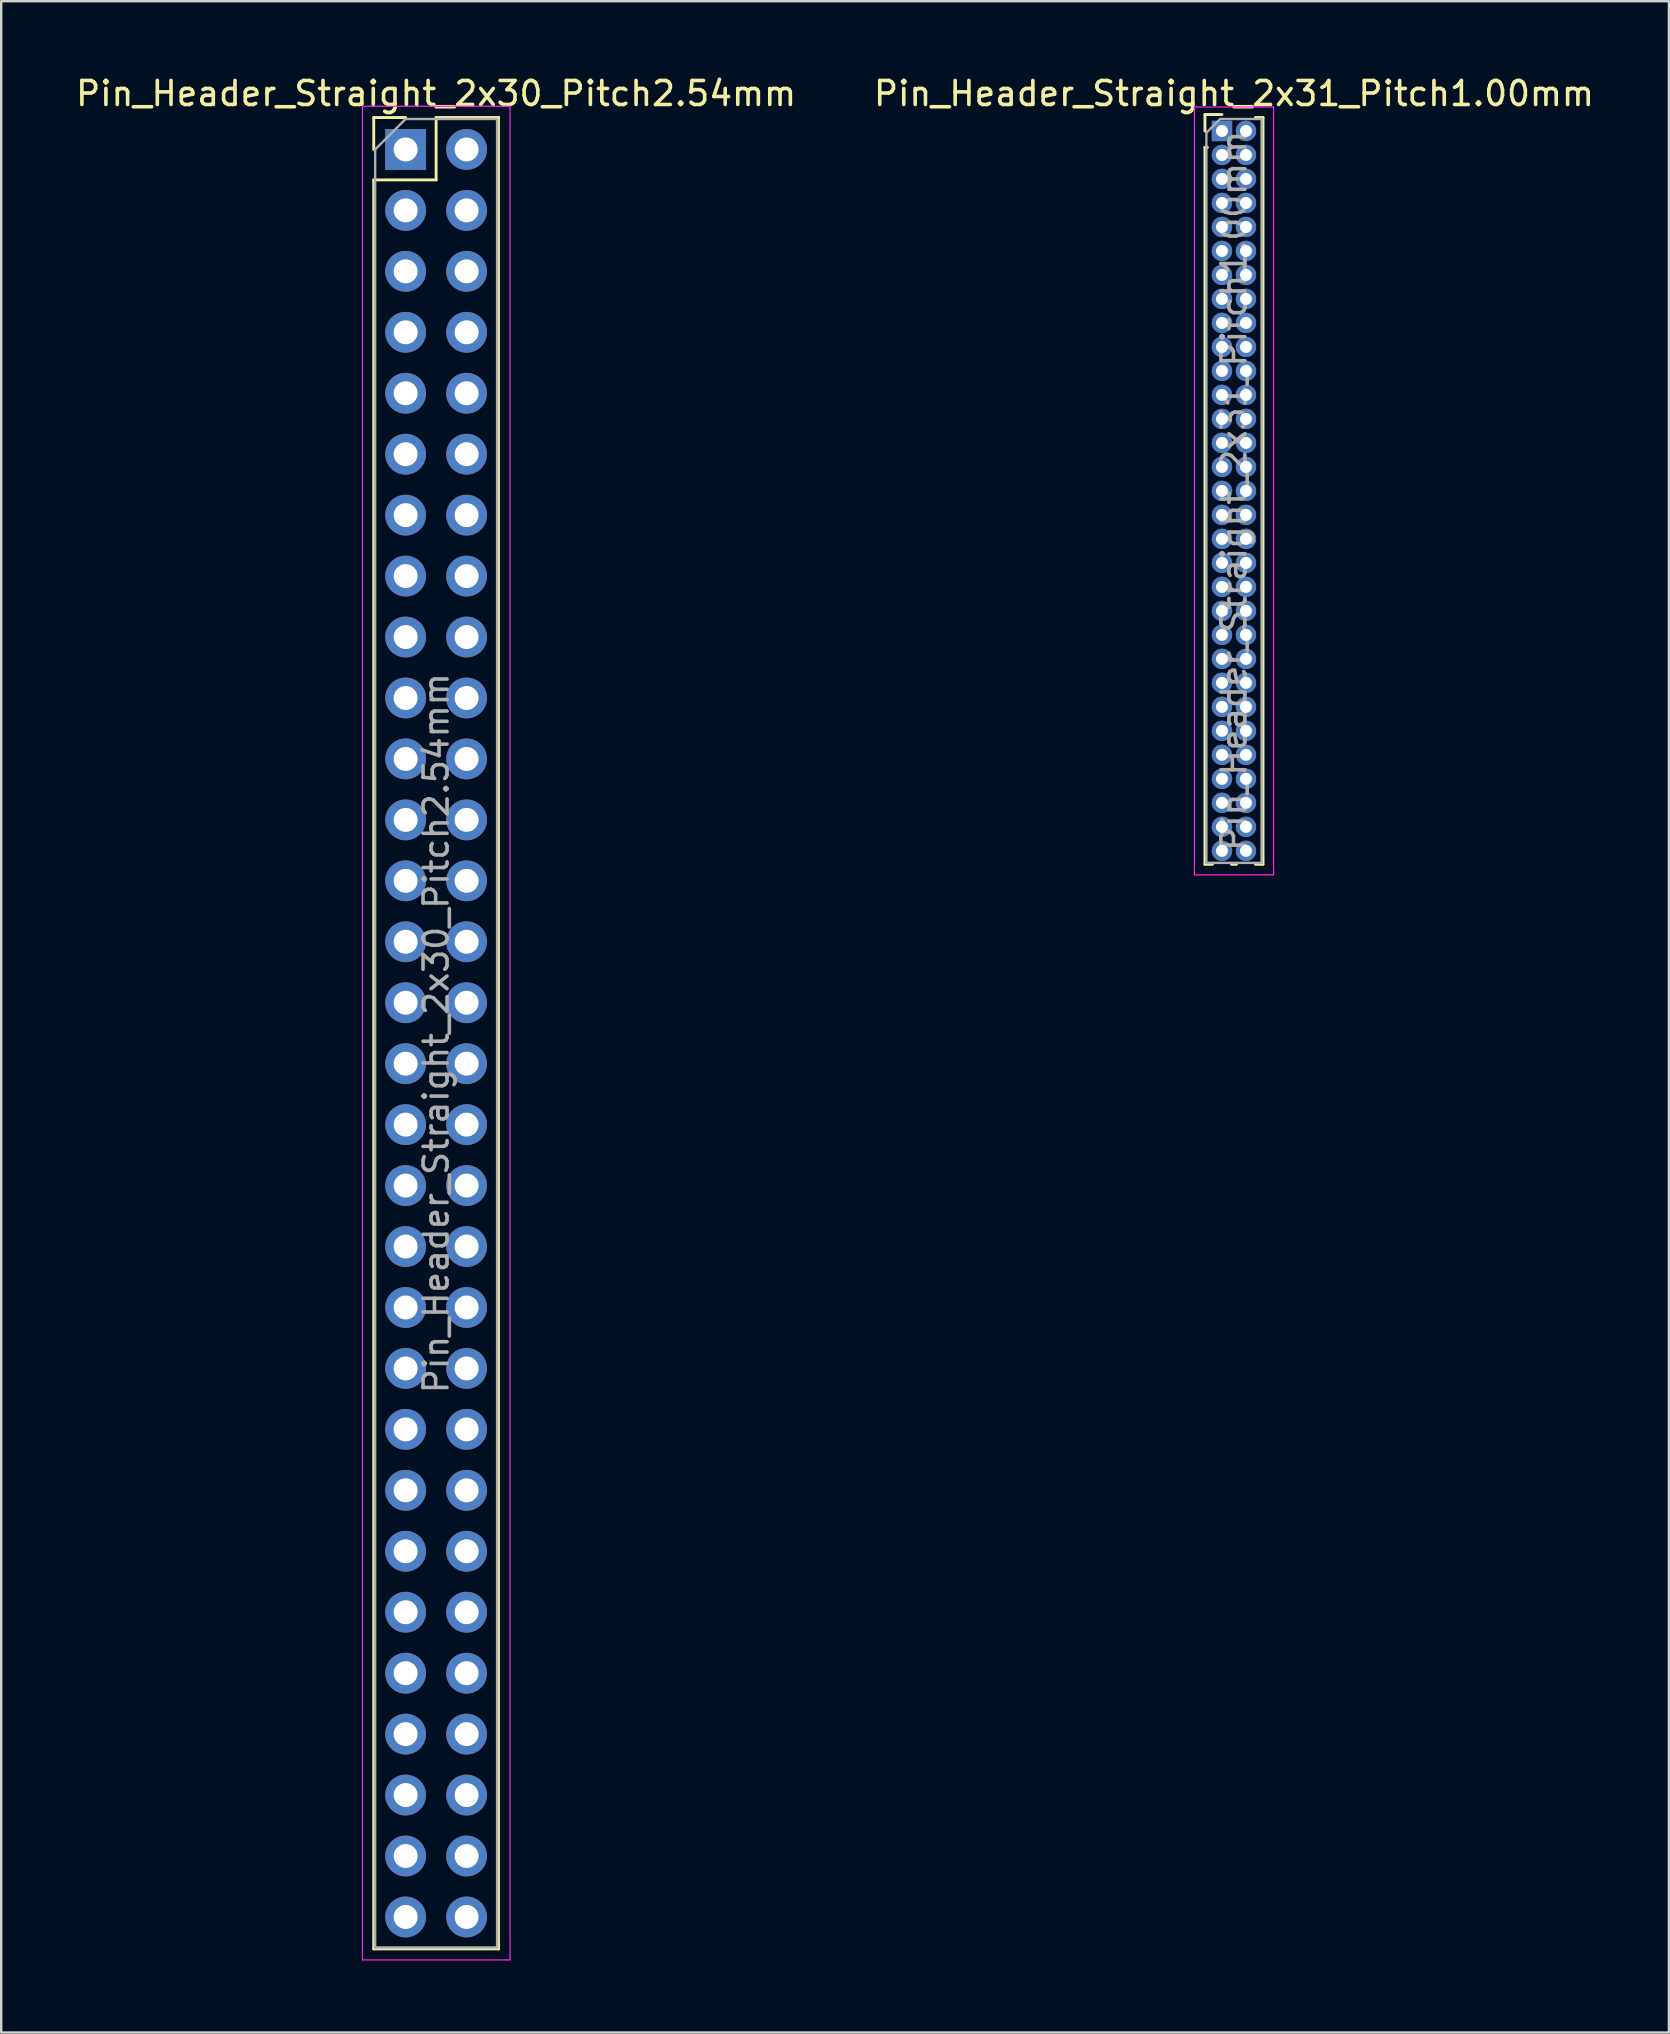
<source format=kicad_pcb>
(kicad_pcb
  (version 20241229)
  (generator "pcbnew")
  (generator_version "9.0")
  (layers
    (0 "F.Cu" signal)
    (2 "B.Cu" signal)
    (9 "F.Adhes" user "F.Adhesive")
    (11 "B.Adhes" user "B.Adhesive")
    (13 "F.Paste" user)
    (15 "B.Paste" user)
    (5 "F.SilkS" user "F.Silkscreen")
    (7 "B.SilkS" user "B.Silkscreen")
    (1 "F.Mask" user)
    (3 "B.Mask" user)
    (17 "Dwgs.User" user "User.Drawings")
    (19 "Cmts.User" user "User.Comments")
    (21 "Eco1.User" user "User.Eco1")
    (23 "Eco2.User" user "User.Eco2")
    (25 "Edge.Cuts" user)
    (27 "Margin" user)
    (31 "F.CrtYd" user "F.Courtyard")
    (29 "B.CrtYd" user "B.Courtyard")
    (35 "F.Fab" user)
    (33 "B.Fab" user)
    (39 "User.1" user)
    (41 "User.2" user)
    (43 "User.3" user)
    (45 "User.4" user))
  (footprint "Pin_Header_Straight_2x30_Pitch2.54mm"
    (layer "F.Cu")
    (at 13.855 3.178)
    (property "Reference" "Pin_Header_Straight_2x30_Pitch2.54mm" (at 1.27 -2.33 0) (layer "F.SilkS") (effects (font (size 1 1) (thickness 0.15))))
    (attr through_hole)
    (fp_line (start -1.33 -1.33) (end 0 -1.33) (stroke (width 0.12) (type solid)) (layer "F.SilkS"))
    (fp_line (start -1.33 0) (end -1.33 -1.33) (stroke (width 0.12) (type solid)) (layer "F.SilkS"))
    (fp_line (start -1.33 1.27) (end -1.33 74.99) (stroke (width 0.12) (type solid)) (layer "F.SilkS"))
    (fp_line (start -1.33 1.27) (end 1.27 1.27) (stroke (width 0.12) (type solid)) (layer "F.SilkS"))
    (fp_line (start -1.33 74.99) (end 3.87 74.99) (stroke (width 0.12) (type solid)) (layer "F.SilkS"))
    (fp_line (start 1.27 -1.33) (end 3.87 -1.33) (stroke (width 0.12) (type solid)) (layer "F.SilkS"))
    (fp_line (start 1.27 1.27) (end 1.27 -1.33) (stroke (width 0.12) (type solid)) (layer "F.SilkS"))
    (fp_line (start 3.87 -1.33) (end 3.87 74.99) (stroke (width 0.12) (type solid)) (layer "F.SilkS"))
    (fp_line (start -1.8 -1.8) (end -1.8 75.45) (stroke (width 0.05) (type solid)) (layer "F.CrtYd"))
    (fp_line (start -1.8 75.45) (end 4.35 75.45) (stroke (width 0.05) (type solid)) (layer "F.CrtYd"))
    (fp_line (start 4.35 -1.8) (end -1.8 -1.8) (stroke (width 0.05) (type solid)) (layer "F.CrtYd"))
    (fp_line (start 4.35 75.45) (end 4.35 -1.8) (stroke (width 0.05) (type solid)) (layer "F.CrtYd"))
    (fp_line (start -1.27 0) (end 0 -1.27) (stroke (width 0.1) (type solid)) (layer "F.Fab"))
    (fp_line (start -1.27 74.93) (end -1.27 0) (stroke (width 0.1) (type solid)) (layer "F.Fab"))
    (fp_line (start 0 -1.27) (end 3.81 -1.27) (stroke (width 0.1) (type solid)) (layer "F.Fab"))
    (fp_line (start 3.81 -1.27) (end 3.81 74.93) (stroke (width 0.1) (type solid)) (layer "F.Fab"))
    (fp_line (start 3.81 74.93) (end -1.27 74.93) (stroke (width 0.1) (type solid)) (layer "F.Fab"))
    (fp_text user "${REFERENCE}" (at 1.27 36.83 90) (layer "F.Fab") (effects (font (size 1 1) (thickness 0.15))))
    (pad "1" thru_hole rect (at 0 0) (size 1.7 1.7) (drill 1) (layers "*.Cu" "*.Mask"))
    (pad "2" thru_hole oval (at 2.54 0) (size 1.7 1.7) (drill 1) (layers "*.Cu" "*.Mask"))
    (pad "3" thru_hole oval (at 0 2.54) (size 1.7 1.7) (drill 1) (layers "*.Cu" "*.Mask"))
    (pad "4" thru_hole oval (at 2.54 2.54) (size 1.7 1.7) (drill 1) (layers "*.Cu" "*.Mask"))
    (pad "5" thru_hole oval (at 0 5.08) (size 1.7 1.7) (drill 1) (layers "*.Cu" "*.Mask"))
    (pad "6" thru_hole oval (at 2.54 5.08) (size 1.7 1.7) (drill 1) (layers "*.Cu" "*.Mask"))
    (pad "7" thru_hole oval (at 0 7.62) (size 1.7 1.7) (drill 1) (layers "*.Cu" "*.Mask"))
    (pad "8" thru_hole oval (at 2.54 7.62) (size 1.7 1.7) (drill 1) (layers "*.Cu" "*.Mask"))
    (pad "9" thru_hole oval (at 0 10.16) (size 1.7 1.7) (drill 1) (layers "*.Cu" "*.Mask"))
    (pad "10" thru_hole oval (at 2.54 10.16) (size 1.7 1.7) (drill 1) (layers "*.Cu" "*.Mask"))
    (pad "11" thru_hole oval (at 0 12.7) (size 1.7 1.7) (drill 1) (layers "*.Cu" "*.Mask"))
    (pad "12" thru_hole oval (at 2.54 12.7) (size 1.7 1.7) (drill 1) (layers "*.Cu" "*.Mask"))
    (pad "13" thru_hole oval (at 0 15.24) (size 1.7 1.7) (drill 1) (layers "*.Cu" "*.Mask"))
    (pad "14" thru_hole oval (at 2.54 15.24) (size 1.7 1.7) (drill 1) (layers "*.Cu" "*.Mask"))
    (pad "15" thru_hole oval (at 0 17.78) (size 1.7 1.7) (drill 1) (layers "*.Cu" "*.Mask"))
    (pad "16" thru_hole oval (at 2.54 17.78) (size 1.7 1.7) (drill 1) (layers "*.Cu" "*.Mask"))
    (pad "17" thru_hole oval (at 0 20.32) (size 1.7 1.7) (drill 1) (layers "*.Cu" "*.Mask"))
    (pad "18" thru_hole oval (at 2.54 20.32) (size 1.7 1.7) (drill 1) (layers "*.Cu" "*.Mask"))
    (pad "19" thru_hole oval (at 0 22.86) (size 1.7 1.7) (drill 1) (layers "*.Cu" "*.Mask"))
    (pad "20" thru_hole oval (at 2.54 22.86) (size 1.7 1.7) (drill 1) (layers "*.Cu" "*.Mask"))
    (pad "21" thru_hole oval (at 0 25.4) (size 1.7 1.7) (drill 1) (layers "*.Cu" "*.Mask"))
    (pad "22" thru_hole oval (at 2.54 25.4) (size 1.7 1.7) (drill 1) (layers "*.Cu" "*.Mask"))
    (pad "23" thru_hole oval (at 0 27.94) (size 1.7 1.7) (drill 1) (layers "*.Cu" "*.Mask"))
    (pad "24" thru_hole oval (at 2.54 27.94) (size 1.7 1.7) (drill 1) (layers "*.Cu" "*.Mask"))
    (pad "25" thru_hole oval (at 0 30.48) (size 1.7 1.7) (drill 1) (layers "*.Cu" "*.Mask"))
    (pad "26" thru_hole oval (at 2.54 30.48) (size 1.7 1.7) (drill 1) (layers "*.Cu" "*.Mask"))
    (pad "27" thru_hole oval (at 0 33.02) (size 1.7 1.7) (drill 1) (layers "*.Cu" "*.Mask"))
    (pad "28" thru_hole oval (at 2.54 33.02) (size 1.7 1.7) (drill 1) (layers "*.Cu" "*.Mask"))
    (pad "29" thru_hole oval (at 0 35.56) (size 1.7 1.7) (drill 1) (layers "*.Cu" "*.Mask"))
    (pad "30" thru_hole oval (at 2.54 35.56) (size 1.7 1.7) (drill 1) (layers "*.Cu" "*.Mask"))
    (pad "31" thru_hole oval (at 0 38.1) (size 1.7 1.7) (drill 1) (layers "*.Cu" "*.Mask"))
    (pad "32" thru_hole oval (at 2.54 38.1) (size 1.7 1.7) (drill 1) (layers "*.Cu" "*.Mask"))
    (pad "33" thru_hole oval (at 0 40.64) (size 1.7 1.7) (drill 1) (layers "*.Cu" "*.Mask"))
    (pad "34" thru_hole oval (at 2.54 40.64) (size 1.7 1.7) (drill 1) (layers "*.Cu" "*.Mask"))
    (pad "35" thru_hole oval (at 0 43.18) (size 1.7 1.7) (drill 1) (layers "*.Cu" "*.Mask"))
    (pad "36" thru_hole oval (at 2.54 43.18) (size 1.7 1.7) (drill 1) (layers "*.Cu" "*.Mask"))
    (pad "37" thru_hole oval (at 0 45.72) (size 1.7 1.7) (drill 1) (layers "*.Cu" "*.Mask"))
    (pad "38" thru_hole oval (at 2.54 45.72) (size 1.7 1.7) (drill 1) (layers "*.Cu" "*.Mask"))
    (pad "39" thru_hole oval (at 0 48.26) (size 1.7 1.7) (drill 1) (layers "*.Cu" "*.Mask"))
    (pad "40" thru_hole oval (at 2.54 48.26) (size 1.7 1.7) (drill 1) (layers "*.Cu" "*.Mask"))
    (pad "41" thru_hole oval (at 0 50.8) (size 1.7 1.7) (drill 1) (layers "*.Cu" "*.Mask"))
    (pad "42" thru_hole oval (at 2.54 50.8) (size 1.7 1.7) (drill 1) (layers "*.Cu" "*.Mask"))
    (pad "43" thru_hole oval (at 0 53.34) (size 1.7 1.7) (drill 1) (layers "*.Cu" "*.Mask"))
    (pad "44" thru_hole oval (at 2.54 53.34) (size 1.7 1.7) (drill 1) (layers "*.Cu" "*.Mask"))
    (pad "45" thru_hole oval (at 0 55.88) (size 1.7 1.7) (drill 1) (layers "*.Cu" "*.Mask"))
    (pad "46" thru_hole oval (at 2.54 55.88) (size 1.7 1.7) (drill 1) (layers "*.Cu" "*.Mask"))
    (pad "47" thru_hole oval (at 0 58.42) (size 1.7 1.7) (drill 1) (layers "*.Cu" "*.Mask"))
    (pad "48" thru_hole oval (at 2.54 58.42) (size 1.7 1.7) (drill 1) (layers "*.Cu" "*.Mask"))
    (pad "49" thru_hole oval (at 0 60.96) (size 1.7 1.7) (drill 1) (layers "*.Cu" "*.Mask"))
    (pad "50" thru_hole oval (at 2.54 60.96) (size 1.7 1.7) (drill 1) (layers "*.Cu" "*.Mask"))
    (pad "51" thru_hole oval (at 0 63.5) (size 1.7 1.7) (drill 1) (layers "*.Cu" "*.Mask"))
    (pad "52" thru_hole oval (at 2.54 63.5) (size 1.7 1.7) (drill 1) (layers "*.Cu" "*.Mask"))
    (pad "53" thru_hole oval (at 0 66.04) (size 1.7 1.7) (drill 1) (layers "*.Cu" "*.Mask"))
    (pad "54" thru_hole oval (at 2.54 66.04) (size 1.7 1.7) (drill 1) (layers "*.Cu" "*.Mask"))
    (pad "55" thru_hole oval (at 0 68.58) (size 1.7 1.7) (drill 1) (layers "*.Cu" "*.Mask"))
    (pad "56" thru_hole oval (at 2.54 68.58) (size 1.7 1.7) (drill 1) (layers "*.Cu" "*.Mask"))
    (pad "57" thru_hole oval (at 0 71.12) (size 1.7 1.7) (drill 1) (layers "*.Cu" "*.Mask"))
    (pad "58" thru_hole oval (at 2.54 71.12) (size 1.7 1.7) (drill 1) (layers "*.Cu" "*.Mask"))
    (pad "59" thru_hole oval (at 0 73.66) (size 1.7 1.7) (drill 1) (layers "*.Cu" "*.Mask"))
    (pad "60" thru_hole oval (at 2.54 73.66) (size 1.7 1.7) (drill 1) (layers "*.Cu" "*.Mask")))
  (footprint "Pin_Header_Straight_2x31_Pitch1.00mm"
    (layer "F.Cu")
    (at 47.875 2.408)
    (property "Reference" "Pin_Header_Straight_2x31_Pitch1.00mm" (at 0.5 -1.56 0) (layer "F.SilkS") (effects (font (size 1 1) (thickness 0.15))))
    (attr through_hole)
    (fp_line (start -0.71 -0.685) (end 0 -0.685) (stroke (width 0.12) (type solid)) (layer "F.SilkS"))
    (fp_line (start -0.71 0) (end -0.71 -0.685) (stroke (width 0.12) (type solid)) (layer "F.SilkS"))
    (fp_line (start -0.71 0.685) (end -0.71 30.56) (stroke (width 0.12) (type solid)) (layer "F.SilkS"))
    (fp_line (start -0.71 0.685) (end -0.608 0.685) (stroke (width 0.12) (type solid)) (layer "F.SilkS"))
    (fp_line (start -0.71 30.56) (end -0.394 30.56) (stroke (width 0.12) (type solid)) (layer "F.SilkS"))
    (fp_line (start 0.394 30.56) (end 0.606 30.56) (stroke (width 0.12) (type solid)) (layer "F.SilkS"))
    (fp_line (start 1.394 -0.56) (end 1.71 -0.56) (stroke (width 0.12) (type solid)) (layer "F.SilkS"))
    (fp_line (start 1.394 30.56) (end 1.71 30.56) (stroke (width 0.12) (type solid)) (layer "F.SilkS"))
    (fp_line (start 1.71 -0.56) (end 1.71 30.56) (stroke (width 0.12) (type solid)) (layer "F.SilkS"))
    (fp_line (start -1.15 -1) (end -1.15 31) (stroke (width 0.05) (type solid)) (layer "F.CrtYd"))
    (fp_line (start -1.15 31) (end 2.15 31) (stroke (width 0.05) (type solid)) (layer "F.CrtYd"))
    (fp_line (start 2.15 -1) (end -1.15 -1) (stroke (width 0.05) (type solid)) (layer "F.CrtYd"))
    (fp_line (start 2.15 31) (end 2.15 -1) (stroke (width 0.05) (type solid)) (layer "F.CrtYd"))
    (fp_line (start -0.65 0.075) (end -0.075 -0.5) (stroke (width 0.1) (type solid)) (layer "F.Fab"))
    (fp_line (start -0.65 30.5) (end -0.65 0.075) (stroke (width 0.1) (type solid)) (layer "F.Fab"))
    (fp_line (start -0.075 -0.5) (end 1.65 -0.5) (stroke (width 0.1) (type solid)) (layer "F.Fab"))
    (fp_line (start 1.65 -0.5) (end 1.65 30.5) (stroke (width 0.1) (type solid)) (layer "F.Fab"))
    (fp_line (start 1.65 30.5) (end -0.65 30.5) (stroke (width 0.1) (type solid)) (layer "F.Fab"))
    (fp_text user "${REFERENCE}" (at 0.5 15 90) (layer "F.Fab") (effects (font (size 1 1) (thickness 0.15))))
    (pad "1" thru_hole rect (at 0 0) (size 0.85 0.85) (drill 0.5) (layers "*.Cu" "*.Mask"))
    (pad "2" thru_hole oval (at 1 0) (size 0.85 0.85) (drill 0.5) (layers "*.Cu" "*.Mask"))
    (pad "3" thru_hole oval (at 0 1) (size 0.85 0.85) (drill 0.5) (layers "*.Cu" "*.Mask"))
    (pad "4" thru_hole oval (at 1 1) (size 0.85 0.85) (drill 0.5) (layers "*.Cu" "*.Mask"))
    (pad "5" thru_hole oval (at 0 2) (size 0.85 0.85) (drill 0.5) (layers "*.Cu" "*.Mask"))
    (pad "6" thru_hole oval (at 1 2) (size 0.85 0.85) (drill 0.5) (layers "*.Cu" "*.Mask"))
    (pad "7" thru_hole oval (at 0 3) (size 0.85 0.85) (drill 0.5) (layers "*.Cu" "*.Mask"))
    (pad "8" thru_hole oval (at 1 3) (size 0.85 0.85) (drill 0.5) (layers "*.Cu" "*.Mask"))
    (pad "9" thru_hole oval (at 0 4) (size 0.85 0.85) (drill 0.5) (layers "*.Cu" "*.Mask"))
    (pad "10" thru_hole oval (at 1 4) (size 0.85 0.85) (drill 0.5) (layers "*.Cu" "*.Mask"))
    (pad "11" thru_hole oval (at 0 5) (size 0.85 0.85) (drill 0.5) (layers "*.Cu" "*.Mask"))
    (pad "12" thru_hole oval (at 1 5) (size 0.85 0.85) (drill 0.5) (layers "*.Cu" "*.Mask"))
    (pad "13" thru_hole oval (at 0 6) (size 0.85 0.85) (drill 0.5) (layers "*.Cu" "*.Mask"))
    (pad "14" thru_hole oval (at 1 6) (size 0.85 0.85) (drill 0.5) (layers "*.Cu" "*.Mask"))
    (pad "15" thru_hole oval (at 0 7) (size 0.85 0.85) (drill 0.5) (layers "*.Cu" "*.Mask"))
    (pad "16" thru_hole oval (at 1 7) (size 0.85 0.85) (drill 0.5) (layers "*.Cu" "*.Mask"))
    (pad "17" thru_hole oval (at 0 8) (size 0.85 0.85) (drill 0.5) (layers "*.Cu" "*.Mask"))
    (pad "18" thru_hole oval (at 1 8) (size 0.85 0.85) (drill 0.5) (layers "*.Cu" "*.Mask"))
    (pad "19" thru_hole oval (at 0 9) (size 0.85 0.85) (drill 0.5) (layers "*.Cu" "*.Mask"))
    (pad "20" thru_hole oval (at 1 9) (size 0.85 0.85) (drill 0.5) (layers "*.Cu" "*.Mask"))
    (pad "21" thru_hole oval (at 0 10) (size 0.85 0.85) (drill 0.5) (layers "*.Cu" "*.Mask"))
    (pad "22" thru_hole oval (at 1 10) (size 0.85 0.85) (drill 0.5) (layers "*.Cu" "*.Mask"))
    (pad "23" thru_hole oval (at 0 11) (size 0.85 0.85) (drill 0.5) (layers "*.Cu" "*.Mask"))
    (pad "24" thru_hole oval (at 1 11) (size 0.85 0.85) (drill 0.5) (layers "*.Cu" "*.Mask"))
    (pad "25" thru_hole oval (at 0 12) (size 0.85 0.85) (drill 0.5) (layers "*.Cu" "*.Mask"))
    (pad "26" thru_hole oval (at 1 12) (size 0.85 0.85) (drill 0.5) (layers "*.Cu" "*.Mask"))
    (pad "27" thru_hole oval (at 0 13) (size 0.85 0.85) (drill 0.5) (layers "*.Cu" "*.Mask"))
    (pad "28" thru_hole oval (at 1 13) (size 0.85 0.85) (drill 0.5) (layers "*.Cu" "*.Mask"))
    (pad "29" thru_hole oval (at 0 14) (size 0.85 0.85) (drill 0.5) (layers "*.Cu" "*.Mask"))
    (pad "30" thru_hole oval (at 1 14) (size 0.85 0.85) (drill 0.5) (layers "*.Cu" "*.Mask"))
    (pad "31" thru_hole oval (at 0 15) (size 0.85 0.85) (drill 0.5) (layers "*.Cu" "*.Mask"))
    (pad "32" thru_hole oval (at 1 15) (size 0.85 0.85) (drill 0.5) (layers "*.Cu" "*.Mask"))
    (pad "33" thru_hole oval (at 0 16) (size 0.85 0.85) (drill 0.5) (layers "*.Cu" "*.Mask"))
    (pad "34" thru_hole oval (at 1 16) (size 0.85 0.85) (drill 0.5) (layers "*.Cu" "*.Mask"))
    (pad "35" thru_hole oval (at 0 17) (size 0.85 0.85) (drill 0.5) (layers "*.Cu" "*.Mask"))
    (pad "36" thru_hole oval (at 1 17) (size 0.85 0.85) (drill 0.5) (layers "*.Cu" "*.Mask"))
    (pad "37" thru_hole oval (at 0 18) (size 0.85 0.85) (drill 0.5) (layers "*.Cu" "*.Mask"))
    (pad "38" thru_hole oval (at 1 18) (size 0.85 0.85) (drill 0.5) (layers "*.Cu" "*.Mask"))
    (pad "39" thru_hole oval (at 0 19) (size 0.85 0.85) (drill 0.5) (layers "*.Cu" "*.Mask"))
    (pad "40" thru_hole oval (at 1 19) (size 0.85 0.85) (drill 0.5) (layers "*.Cu" "*.Mask"))
    (pad "41" thru_hole oval (at 0 20) (size 0.85 0.85) (drill 0.5) (layers "*.Cu" "*.Mask"))
    (pad "42" thru_hole oval (at 1 20) (size 0.85 0.85) (drill 0.5) (layers "*.Cu" "*.Mask"))
    (pad "43" thru_hole oval (at 0 21) (size 0.85 0.85) (drill 0.5) (layers "*.Cu" "*.Mask"))
    (pad "44" thru_hole oval (at 1 21) (size 0.85 0.85) (drill 0.5) (layers "*.Cu" "*.Mask"))
    (pad "45" thru_hole oval (at 0 22) (size 0.85 0.85) (drill 0.5) (layers "*.Cu" "*.Mask"))
    (pad "46" thru_hole oval (at 1 22) (size 0.85 0.85) (drill 0.5) (layers "*.Cu" "*.Mask"))
    (pad "47" thru_hole oval (at 0 23) (size 0.85 0.85) (drill 0.5) (layers "*.Cu" "*.Mask"))
    (pad "48" thru_hole oval (at 1 23) (size 0.85 0.85) (drill 0.5) (layers "*.Cu" "*.Mask"))
    (pad "49" thru_hole oval (at 0 24) (size 0.85 0.85) (drill 0.5) (layers "*.Cu" "*.Mask"))
    (pad "50" thru_hole oval (at 1 24) (size 0.85 0.85) (drill 0.5) (layers "*.Cu" "*.Mask"))
    (pad "51" thru_hole oval (at 0 25) (size 0.85 0.85) (drill 0.5) (layers "*.Cu" "*.Mask"))
    (pad "52" thru_hole oval (at 1 25) (size 0.85 0.85) (drill 0.5) (layers "*.Cu" "*.Mask"))
    (pad "53" thru_hole oval (at 0 26) (size 0.85 0.85) (drill 0.5) (layers "*.Cu" "*.Mask"))
    (pad "54" thru_hole oval (at 1 26) (size 0.85 0.85) (drill 0.5) (layers "*.Cu" "*.Mask"))
    (pad "55" thru_hole oval (at 0 27) (size 0.85 0.85) (drill 0.5) (layers "*.Cu" "*.Mask"))
    (pad "56" thru_hole oval (at 1 27) (size 0.85 0.85) (drill 0.5) (layers "*.Cu" "*.Mask"))
    (pad "57" thru_hole oval (at 0 28) (size 0.85 0.85) (drill 0.5) (layers "*.Cu" "*.Mask"))
    (pad "58" thru_hole oval (at 1 28) (size 0.85 0.85) (drill 0.5) (layers "*.Cu" "*.Mask"))
    (pad "59" thru_hole oval (at 0 29) (size 0.85 0.85) (drill 0.5) (layers "*.Cu" "*.Mask"))
    (pad "60" thru_hole oval (at 1 29) (size 0.85 0.85) (drill 0.5) (layers "*.Cu" "*.Mask"))
    (pad "61" thru_hole oval (at 0 30) (size 0.85 0.85) (drill 0.5) (layers "*.Cu" "*.Mask"))
    (pad "62" thru_hole oval (at 1 30) (size 0.85 0.85) (drill 0.5) (layers "*.Cu" "*.Mask")))
  (gr_rect
    (start -3 -3)
    (end 66.5 81.653)
    (stroke (width 0.1) (type default))
    (fill no)
    (layer "Edge.Cuts")))
</source>
